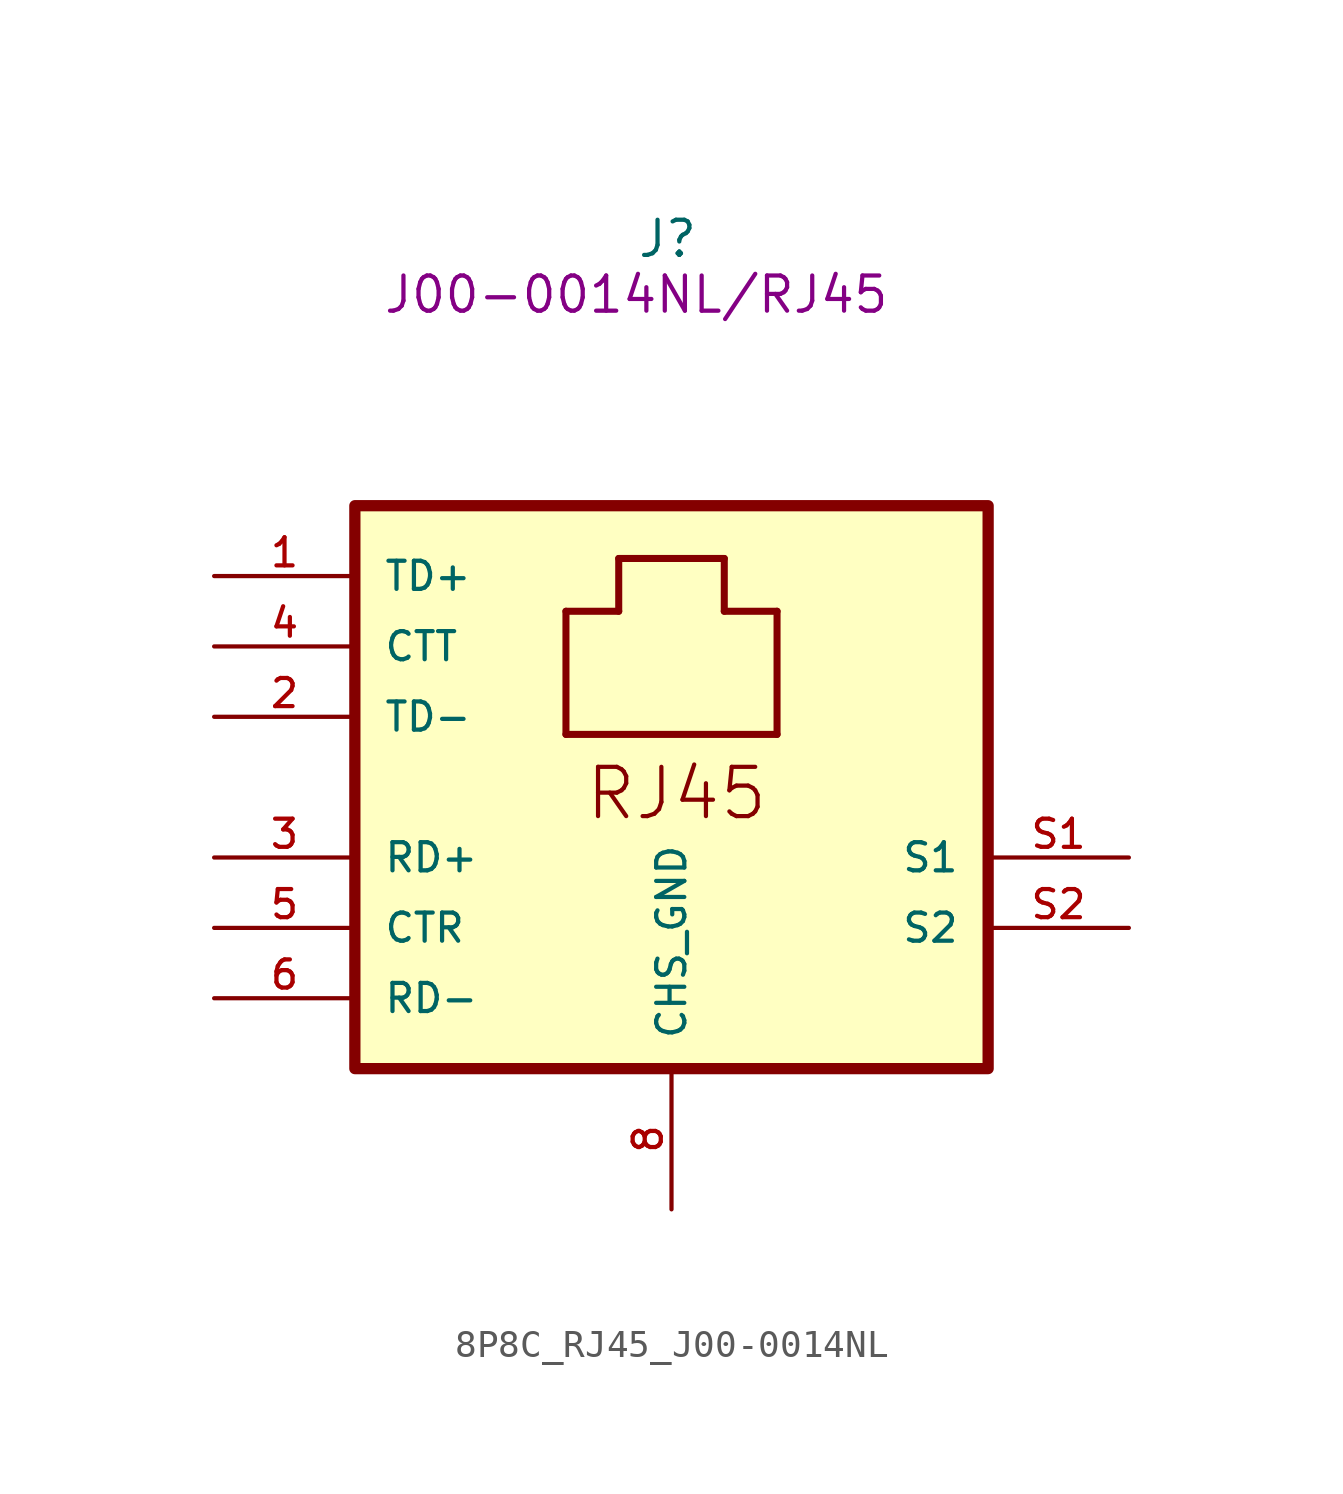
<source format=kicad_sym>
(kicad_symbol_lib
  (version 20220914)
  (generator kicad_symbol_editor)
  (symbol "8P8C_RJ45_J00-0014NL"
    (pin_names
      (offset 1.016))
    (property "Reference" "J"
      (at -1.27 17.78 0)
      (effects (font (size 1.27 1.27)) (justify left bottom)))
    (property "UserValue" "J00-0014NL/RJ45"
      (at -1.27 16.51 0)
      (effects (font (size 1.27 1.27))))
    (symbol "8P8C_RJ45_J00-0014NL_0_0"
      (rectangle (start -11.43 8.89) (end 11.43 -11.43) (stroke (width 0.406) (type default)) (fill (type background)))
      (polyline (pts (xy -3.81 0.635) (xy -3.81 5.08)) (stroke (width 0.254) (type default)) (fill (type none)))
      (polyline (pts (xy -3.81 5.08) (xy -1.905 5.08)) (stroke (width 0.254) (type default)) (fill (type none)))
      (polyline (pts (xy -1.905 5.08) (xy -1.905 6.985)) (stroke (width 0.254) (type default)) (fill (type none)))
      (polyline (pts (xy -1.905 6.985) (xy 1.905 6.985)) (stroke (width 0.254) (type default)) (fill (type none)))
      (polyline (pts (xy 1.905 5.08) (xy 3.81 5.08)) (stroke (width 0.254) (type default)) (fill (type none)))
      (polyline (pts (xy 1.905 6.985) (xy 1.905 5.08)) (stroke (width 0.254) (type default)) (fill (type none)))
      (polyline (pts (xy 3.81 0.635) (xy -3.81 0.635)) (stroke (width 0.254) (type default)) (fill (type none)))
      (polyline (pts (xy 3.81 5.08) (xy 3.81 0.635)) (stroke (width 0.254) (type default)) (fill (type none)))
      (text "RJ45" (at -3.175 -2.54 0) (effects (font (size 1.778 1.778)) (justify left bottom)))
      (pin passive line (at -16.51 6.35 0) (length 5.08) (name "TD+" (effects (font (size 1.016 1.016)))) (number "1" (effects (font (size 1.016 1.016)))))
      (pin passive line (at -16.51 1.27 0) (length 5.08) (name "TD-" (effects (font (size 1.016 1.016)))) (number "2" (effects (font (size 1.016 1.016)))))
      (pin passive line (at -16.51 -3.81 0) (length 5.08) (name "RD+" (effects (font (size 1.016 1.016)))) (number "3" (effects (font (size 1.016 1.016)))))
      (pin passive line (at -16.51 3.81 0) (length 5.08) (name "CTT" (effects (font (size 1.016 1.016)))) (number "4" (effects (font (size 1.016 1.016)))))
      (pin passive line (at -16.51 -6.35 0) (length 5.08) (name "CTR" (effects (font (size 1.016 1.016)))) (number "5" (effects (font (size 1.016 1.016)))))
      (pin passive line (at -16.51 -8.89 0) (length 5.08) (name "RD-" (effects (font (size 1.016 1.016)))) (number "6" (effects (font (size 1.016 1.016)))))
      (pin passive line (at 0 -16.51 90) (length 5.08) (name "CHS_GND" (effects (font (size 1.016 1.016)))) (number "8" (effects (font (size 1.016 1.016)))))
      (pin passive line (at 16.51 -3.81 180) (length 5.08) (name "S1" (effects (font (size 1.016 1.016)))) (number "S1" (effects (font (size 1.016 1.016)))))
      (pin passive line (at 16.51 -6.35 180) (length 5.08) (name "S2" (effects (font (size 1.016 1.016)))) (number "S2" (effects (font (size 1.016 1.016))))))))
</source>
